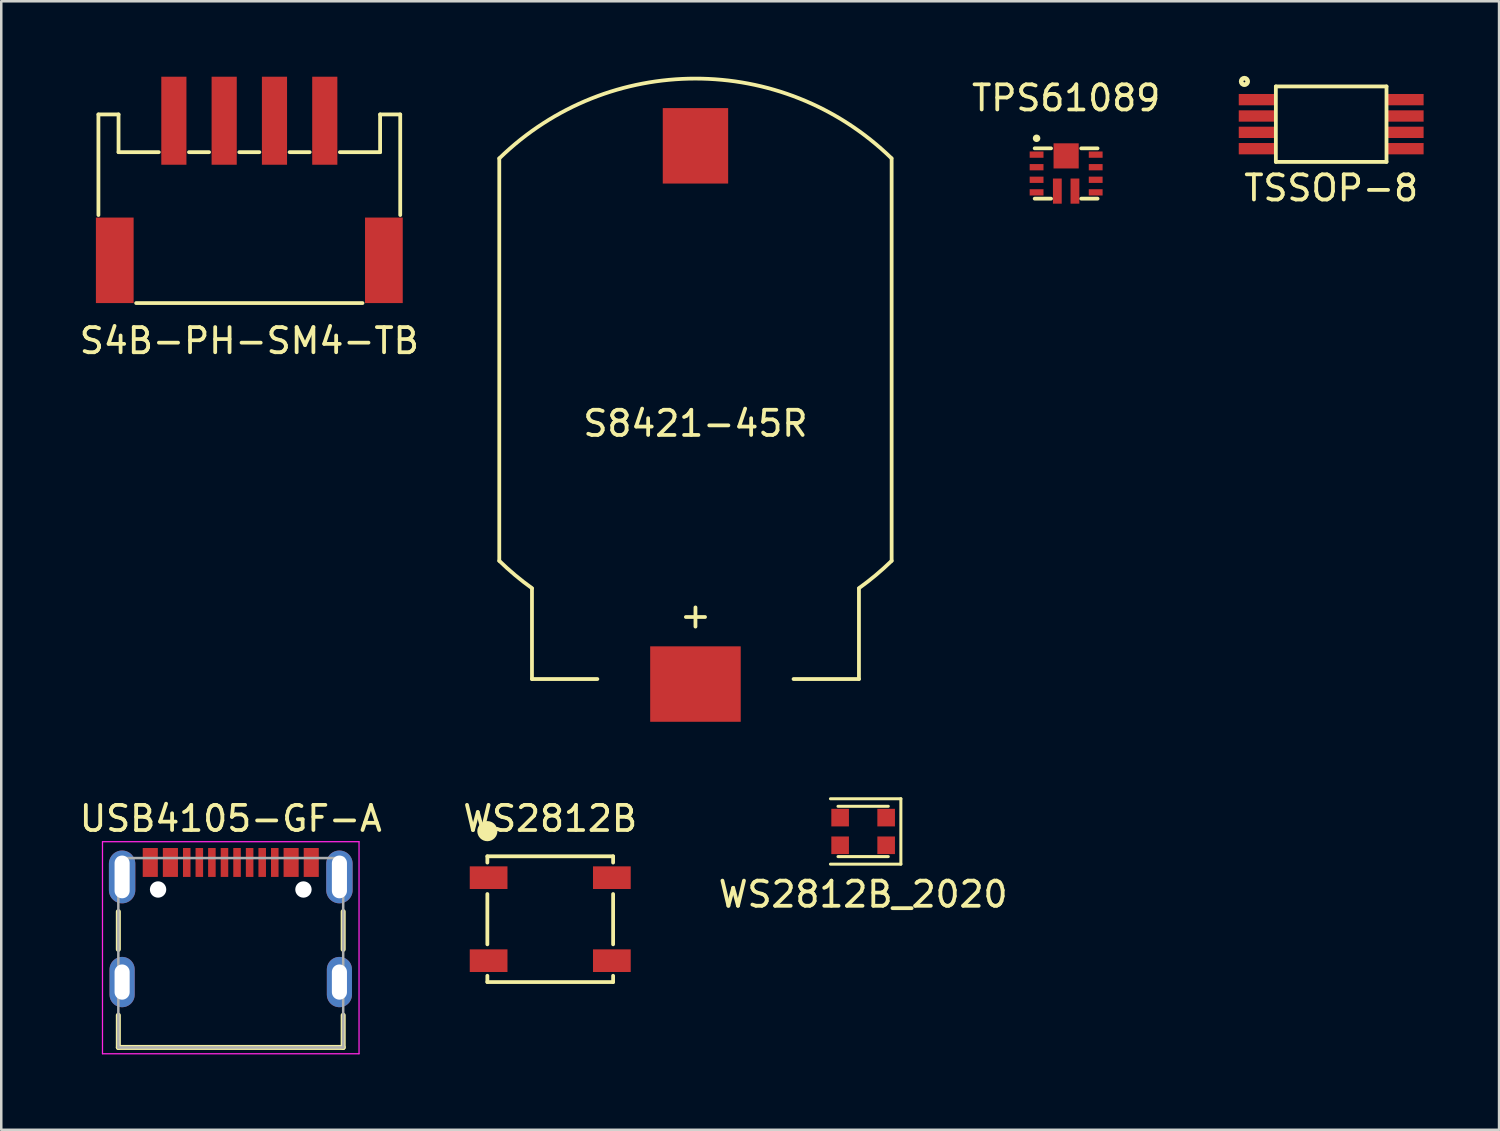
<source format=kicad_pcb>
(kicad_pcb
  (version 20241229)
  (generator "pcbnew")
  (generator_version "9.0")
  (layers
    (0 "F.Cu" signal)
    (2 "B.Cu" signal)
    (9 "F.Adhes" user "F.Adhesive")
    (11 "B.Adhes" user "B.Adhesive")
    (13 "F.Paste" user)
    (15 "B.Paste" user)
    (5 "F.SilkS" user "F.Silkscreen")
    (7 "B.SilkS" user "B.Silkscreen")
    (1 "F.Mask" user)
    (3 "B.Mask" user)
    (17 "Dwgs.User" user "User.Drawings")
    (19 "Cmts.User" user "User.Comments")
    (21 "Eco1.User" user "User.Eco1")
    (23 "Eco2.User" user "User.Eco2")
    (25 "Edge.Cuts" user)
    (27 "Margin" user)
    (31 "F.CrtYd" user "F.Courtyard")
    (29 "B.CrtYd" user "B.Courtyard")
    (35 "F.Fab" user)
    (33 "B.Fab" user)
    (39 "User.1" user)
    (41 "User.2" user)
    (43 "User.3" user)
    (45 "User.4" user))
  (footprint "S8421-45R"
    (layer "F.Cu")
    (at 24.601 11.248)
    (property "Reference" "S8421-45R" (at 0 2.54 0) (layer "F.SilkS") (effects (font (size 1 1) (thickness 0.15))))
    (attr smd)
    (fp_line (start -7.8 8) (end -7.8 -8) (stroke (width 0.15) (type solid)) (layer "F.SilkS"))
    (fp_line (start -6.5 9.1) (end -6.5 12.7) (stroke (width 0.15) (type solid)) (layer "F.SilkS"))
    (fp_line (start -6.5 12.7) (end -3.9 12.7) (stroke (width 0.15) (type solid)) (layer "F.SilkS"))
    (fp_line (start 3.9 12.7) (end 6.5 12.7) (stroke (width 0.15) (type solid)) (layer "F.SilkS"))
    (fp_line (start 6.5 9.1) (end 6.5 12.7) (stroke (width 0.15) (type solid)) (layer "F.SilkS"))
    (fp_line (start 7.8 8) (end 7.8 -8) (stroke (width 0.15) (type solid)) (layer "F.SilkS"))
    (fp_arc (start -7.8 -8) (mid -0.004832 -11.173181) (end 7.793078 -8.006743) (stroke (width 0.15) (type solid)) (layer "F.SilkS"))
    (fp_arc (start -6.500166 9.087785) (mid -7.170739 8.568576) (end -7.8 8) (stroke (width 0.15) (type solid)) (layer "F.SilkS"))
    (fp_arc (start 7.8 8) (mid 7.17074 8.568576) (end 6.500166 9.087785) (stroke (width 0.15) (type solid)) (layer "F.SilkS"))
    (fp_text user "+" (at 0 10.16 0) (layer "F.SilkS") (effects (font (size 1 1) (thickness 0.15))))
    (pad "1" smd rect (at 0 12.9) (size 3.6 3) (layers "F.Cu" "F.Mask" "F.Paste"))
    (pad "2" smd rect (at 0 -8.5) (size 2.6 3) (layers "F.Cu" "F.Mask" "F.Paste")))
  (footprint "USB4105-GF-A"
    (layer "F.Cu")
    (at 6.125 35.996)
    (property "Reference" "USB4105-GF-A" (at 0 -6.5 0) (layer "F.SilkS") (effects (font (size 1 1) (thickness 0.15))))
    (attr through_hole)
    (fp_line (start -4.47 -2.8) (end -4.47 -1.3) (stroke (width 0.2) (type solid)) (layer "F.SilkS"))
    (fp_line (start -4.47 1.32) (end -4.47 2.6) (stroke (width 0.2) (type solid)) (layer "F.SilkS"))
    (fp_line (start -4.47 2.6) (end 4.47 2.6) (stroke (width 0.2) (type solid)) (layer "F.SilkS"))
    (fp_line (start 4.47 -2.8) (end 4.47 -1.3) (stroke (width 0.2) (type solid)) (layer "F.SilkS"))
    (fp_line (start 4.47 2.6) (end 4.47 1.32) (stroke (width 0.2) (type solid)) (layer "F.SilkS"))
    (fp_line (start -5.1 -5.58) (end -5.1 2.85) (stroke (width 0.05) (type solid)) (layer "F.CrtYd"))
    (fp_line (start -5.1 2.85) (end 5.1 2.85) (stroke (width 0.05) (type solid)) (layer "F.CrtYd"))
    (fp_line (start 5.1 -5.58) (end -5.1 -5.58) (stroke (width 0.05) (type solid)) (layer "F.CrtYd"))
    (fp_line (start 5.1 2.85) (end 5.1 -5.58) (stroke (width 0.05) (type solid)) (layer "F.CrtYd"))
    (fp_line (start -4.47 -4.93) (end 4.47 -4.93) (stroke (width 0.1) (type solid)) (layer "F.Fab"))
    (fp_line (start -4.47 2.6) (end -4.47 -4.93) (stroke (width 0.1) (type solid)) (layer "F.Fab"))
    (fp_line (start 4.47 -4.93) (end 4.47 2.6) (stroke (width 0.1) (type solid)) (layer "F.Fab"))
    (fp_line (start 4.47 2.6) (end -4.47 2.6) (stroke (width 0.1) (type solid)) (layer "F.Fab"))
    (pad "" np_thru_hole circle (at -2.89 -3.68) (size 0.65 0.65) (drill 0.65) (layers "*.Cu" "*.Mask"))
    (pad "" np_thru_hole circle (at 2.89 -3.68) (size 0.65 0.65) (drill 0.65) (layers "*.Cu" "*.Mask"))
    (pad "A1B12" smd rect (at -3.2 -4.755) (size 0.6 1.15) (layers "F.Cu" "F.Mask" "F.Paste"))
    (pad "A4B9" smd rect (at -2.4 -4.755) (size 0.6 1.15) (layers "F.Cu" "F.Mask" "F.Paste"))
    (pad "A5" smd rect (at -1.25 -4.755) (size 0.3 1.15) (layers "F.Cu" "F.Mask" "F.Paste"))
    (pad "A6" smd rect (at -0.25 -4.755) (size 0.3 1.15) (layers "F.Cu" "F.Mask" "F.Paste"))
    (pad "A7" smd rect (at 0.25 -4.755) (size 0.3 1.15) (layers "F.Cu" "F.Mask" "F.Paste"))
    (pad "A8" smd rect (at 1.25 -4.755) (size 0.3 1.15) (layers "F.Cu" "F.Mask" "F.Paste"))
    (pad "B1A12" smd rect (at 3.2 -4.755) (size 0.6 1.15) (layers "F.Cu" "F.Mask" "F.Paste"))
    (pad "B4A9" smd rect (at 2.4 -4.755) (size 0.6 1.15) (layers "F.Cu" "F.Mask" "F.Paste"))
    (pad "B5" smd rect (at 1.75 -4.755) (size 0.3 1.15) (layers "F.Cu" "F.Mask" "F.Paste"))
    (pad "B6" smd rect (at 0.75 -4.755) (size 0.3 1.15) (layers "F.Cu" "F.Mask" "F.Paste"))
    (pad "B7" smd rect (at -0.75 -4.755) (size 0.3 1.15) (layers "F.Cu" "F.Mask" "F.Paste"))
    (pad "B8" smd rect (at -1.75 -4.755) (size 0.3 1.15) (layers "F.Cu" "F.Mask" "F.Paste"))
    (pad "S1" thru_hole oval (at -4.32 -4.18) (size 1.05 2.1) (drill oval 0.6 1.7) (layers "*.Cu" "*.Mask"))
    (pad "S2" thru_hole oval (at -4.32 0) (size 1 2) (drill oval 0.6 1.4) (layers "*.Cu" "*.Mask"))
    (pad "S3" thru_hole oval (at 4.32 0) (size 1 2) (drill oval 0.6 1.4) (layers "*.Cu" "*.Mask"))
    (pad "S4" thru_hole oval (at 4.32 -4.18) (size 1.05 2.1) (drill oval 0.6 1.7) (layers "*.Cu" "*.Mask")))
  (footprint "WS2812B"
    (layer "F.Cu")
    (at 18.827 33.496)
    (property "Reference" "WS2812B" (at 0 -4 0) (layer "F.SilkS") (effects (font (size 1 1) (thickness 0.15))))
    (attr through_hole)
    (fp_line (start -2.5 -2.5) (end -2.5 -2.25) (stroke (width 0.15) (type solid)) (layer "F.SilkS"))
    (fp_line (start -2.5 -2.5) (end 2.5 -2.5) (stroke (width 0.15) (type solid)) (layer "F.SilkS"))
    (fp_line (start -2.5 -1) (end -2.5 1) (stroke (width 0.15) (type solid)) (layer "F.SilkS"))
    (fp_line (start -2.5 2.5) (end -2.5 2.25) (stroke (width 0.15) (type solid)) (layer "F.SilkS"))
    (fp_line (start -2.5 2.5) (end 2.5 2.5) (stroke (width 0.15) (type solid)) (layer "F.SilkS"))
    (fp_line (start 2.5 -2.5) (end 2.5 -2.25) (stroke (width 0.15) (type solid)) (layer "F.SilkS"))
    (fp_line (start 2.5 -1) (end 2.5 1) (stroke (width 0.15) (type solid)) (layer "F.SilkS"))
    (fp_line (start 2.5 2.5) (end 2.5 2.25) (stroke (width 0.15) (type solid)) (layer "F.SilkS"))
    (fp_circle (center -2.5 -3.5) (end -2.3 -3.5) (stroke (width 0.4) (type solid)) (fill no) (layer "F.SilkS"))
    (pad "1" smd rect (at -2.45 -1.65) (size 1.5 0.9) (layers "F.Cu" "F.Mask" "F.Paste"))
    (pad "2" smd rect (at -2.45 1.65) (size 1.5 0.9) (layers "F.Cu" "F.Mask" "F.Paste"))
    (pad "3" smd rect (at 2.45 1.65) (size 1.5 0.9) (layers "F.Cu" "F.Mask" "F.Paste"))
    (pad "4" smd rect (at 2.45 -1.65) (size 1.5 0.9) (layers "F.Cu" "F.Mask" "F.Paste")))
  (footprint "TPS61089"
    (layer "F.Cu")
    (at 39.339 3.848)
    (property "Reference" "TPS61089" (at 0 -3 0) (layer "F.SilkS") (effects (font (size 1 1) (thickness 0.15))))
    (attr smd)
    (fp_line (start -0.6 -1) (end -1.25 -1) (stroke (width 0.15) (type solid)) (layer "F.SilkS"))
    (fp_line (start -0.6 1) (end -1.25 1) (stroke (width 0.15) (type solid)) (layer "F.SilkS"))
    (fp_line (start 0.6 -1) (end 1.25 -1) (stroke (width 0.15) (type solid)) (layer "F.SilkS"))
    (fp_line (start 0.6 1) (end 1.25 1) (stroke (width 0.15) (type solid)) (layer "F.SilkS"))
    (fp_circle (center -1.175 -1.4) (end -1.1 -1.4) (stroke (width 0.15) (type solid)) (fill no) (layer "F.SilkS"))
    (pad "1" smd rect (at -1.175 -0.75) (size 0.55 0.25) (layers "F.Cu" "F.Mask" "F.Paste"))
    (pad "2" smd rect (at -1.175 -0.25) (size 0.55 0.25) (layers "F.Cu" "F.Mask" "F.Paste"))
    (pad "3" smd rect (at -1.175 0.25) (size 0.55 0.25) (layers "F.Cu" "F.Mask" "F.Paste"))
    (pad "4" smd rect (at -1.175 0.75) (size 0.55 0.25) (layers "F.Cu" "F.Mask" "F.Paste"))
    (pad "5" smd rect (at -0.35 0.7) (size 0.35 1) (layers "F.Cu" "F.Mask" "F.Paste"))
    (pad "6" smd rect (at 0.35 0.7) (size 0.35 1) (layers "F.Cu" "F.Mask" "F.Paste"))
    (pad "7" smd rect (at 1.175 0.75) (size 0.55 0.25) (layers "F.Cu" "F.Mask" "F.Paste"))
    (pad "8" smd rect (at 1.175 0.25) (size 0.55 0.25) (layers "F.Cu" "F.Mask" "F.Paste"))
    (pad "9" smd rect (at 1.175 -0.25) (size 0.55 0.25) (layers "F.Cu" "F.Mask" "F.Paste"))
    (pad "10" smd rect (at 1.175 -0.75) (size 0.55 0.25) (layers "F.Cu" "F.Mask" "F.Paste"))
    (pad "11" smd rect (at 0 -0.7) (size 1 1) (layers "F.Cu" "F.Mask" "F.Paste")))
  (footprint "TSSOP-8"
    (layer "F.Cu")
    (at 49.877 1.887)
    (property "Reference" "TSSOP-8" (at 0 2.54 0) (layer "F.SilkS") (effects (font (size 1 1) (thickness 0.15))))
    (attr smd)
    (fp_line (start -2.2 -1.5) (end -2.2 1.5) (stroke (width 0.15) (type solid)) (layer "F.SilkS"))
    (fp_line (start -2.2 -1.5) (end 2.2 -1.5) (stroke (width 0.15) (type solid)) (layer "F.SilkS"))
    (fp_line (start 2.2 -1.5) (end 2.2 1.5) (stroke (width 0.15) (type solid)) (layer "F.SilkS"))
    (fp_line (start 2.2 1.5) (end -2.2 1.5) (stroke (width 0.15) (type solid)) (layer "F.SilkS"))
    (fp_circle (center -3.45 -1.7) (end -3.4 -1.65) (stroke (width 0.15) (type solid)) (fill no) (layer "F.SilkS"))
    (fp_circle (center -3.45 -1.7) (end -3.35 -1.75) (stroke (width 0.15) (type solid)) (fill no) (layer "F.SilkS"))
    (pad "1" smd rect (at -2.95 -0.975) (size 1.45 0.45) (layers "F.Cu" "F.Mask" "F.Paste"))
    (pad "2" smd rect (at -2.95 -0.325) (size 1.45 0.45) (layers "F.Cu" "F.Mask" "F.Paste"))
    (pad "3" smd rect (at -2.95 0.325) (size 1.45 0.45) (layers "F.Cu" "F.Mask" "F.Paste"))
    (pad "4" smd rect (at -2.95 0.975) (size 1.45 0.45) (layers "F.Cu" "F.Mask" "F.Paste"))
    (pad "5" smd rect (at 2.95 0.975) (size 1.45 0.45) (layers "F.Cu" "F.Mask" "F.Paste"))
    (pad "6" smd rect (at 2.95 0.325) (size 1.45 0.45) (layers "F.Cu" "F.Mask" "F.Paste"))
    (pad "7" smd rect (at 2.95 -0.325) (size 1.45 0.45) (layers "F.Cu" "F.Mask" "F.Paste"))
    (pad "8" smd rect (at 2.95 -0.975) (size 1.45 0.45) (layers "F.Cu" "F.Mask" "F.Paste")))
  (footprint "S4B-PH-SM4-TB"
    (layer "F.Cu")
    (at 6.863 4.5)
    (property "Reference" "S4B-PH-SM4-TB" (at 0 6 0) (layer "F.SilkS") (effects (font (size 1 1) (thickness 0.15))))
    (attr smd)
    (fp_line (start -6 -3) (end -6 1) (stroke (width 0.15) (type solid)) (layer "F.SilkS"))
    (fp_line (start -5.2 -3) (end -6 -3) (stroke (width 0.15) (type solid)) (layer "F.SilkS"))
    (fp_line (start -5.2 -3) (end -5.2 -1.5) (stroke (width 0.15) (type solid)) (layer "F.SilkS"))
    (fp_line (start -5.2 -1.5) (end -3.6 -1.5) (stroke (width 0.15) (type solid)) (layer "F.SilkS"))
    (fp_line (start -4.5 4.5) (end 4.5 4.5) (stroke (width 0.15) (type solid)) (layer "F.SilkS"))
    (fp_line (start -2.4 -1.5) (end -1.6 -1.5) (stroke (width 0.15) (type solid)) (layer "F.SilkS"))
    (fp_line (start -0.4 -1.5) (end 0.4 -1.5) (stroke (width 0.15) (type solid)) (layer "F.SilkS"))
    (fp_line (start 1.6 -1.5) (end 2.4 -1.5) (stroke (width 0.15) (type solid)) (layer "F.SilkS"))
    (fp_line (start 5.2 -3) (end 5.2 -1.5) (stroke (width 0.15) (type solid)) (layer "F.SilkS"))
    (fp_line (start 5.2 -3) (end 6 -3) (stroke (width 0.15) (type solid)) (layer "F.SilkS"))
    (fp_line (start 5.2 -1.5) (end 3.6 -1.5) (stroke (width 0.15) (type solid)) (layer "F.SilkS"))
    (fp_line (start 6 -3) (end 6 1) (stroke (width 0.15) (type solid)) (layer "F.SilkS"))
    (pad "1" smd rect (at -3 -2.75) (size 1 3.5) (layers "F.Cu" "F.Mask" "F.Paste"))
    (pad "2" smd rect (at -1 -2.75) (size 1 3.5) (layers "F.Cu" "F.Mask" "F.Paste"))
    (pad "3" smd rect (at 1 -2.75) (size 1 3.5) (layers "F.Cu" "F.Mask" "F.Paste"))
    (pad "4" smd rect (at 3 -2.75) (size 1 3.5) (layers "F.Cu" "F.Mask" "F.Paste"))
    (pad "5" smd rect (at 5.35 2.8) (size 1.5 3.4) (layers "F.Cu" "F.Mask" "F.Paste"))
    (pad "6" smd rect (at -5.35 2.8) (size 1.5 3.4) (layers "F.Cu" "F.Mask" "F.Paste")))
  (footprint "WS2812B_2020"
    (layer "F.Cu")
    (at 31.268 30.008)
    (property "Reference" "WS2812B_2020" (at 0 2.5 0) (layer "F.SilkS") (effects (font (size 1 1) (thickness 0.15))))
    (attr through_hole)
    (fp_line (start -1.3 -1.3) (end 1.5 -1.3) (stroke (width 0.12) (type solid)) (layer "F.SilkS"))
    (fp_line (start -1 -1) (end 1 -1) (stroke (width 0.12) (type solid)) (layer "F.SilkS"))
    (fp_line (start -1 1) (end 1 1) (stroke (width 0.12) (type solid)) (layer "F.SilkS"))
    (fp_line (start 1.5 -1.3) (end 1.5 1.3) (stroke (width 0.12) (type solid)) (layer "F.SilkS"))
    (fp_line (start 1.5 1.3) (end -1.3 1.3) (stroke (width 0.12) (type solid)) (layer "F.SilkS"))
    (pad "1" smd rect (at 0.915 0.55) (size 0.7 0.7) (layers "F.Cu" "F.Mask" "F.Paste"))
    (pad "2" smd rect (at 0.915 -0.55) (size 0.7 0.7) (layers "F.Cu" "F.Mask" "F.Paste"))
    (pad "3" smd rect (at -0.915 -0.55) (size 0.7 0.7) (layers "F.Cu" "F.Mask" "F.Paste"))
    (pad "4" smd rect (at -0.915 0.55) (size 0.7 0.7) (layers "F.Cu" "F.Mask" "F.Paste")))
  (gr_rect
    (start -3 -3)
    (end 56.552 41.871)
    (stroke (width 0.1) (type default))
    (fill no)
    (layer "Edge.Cuts")))
</source>
